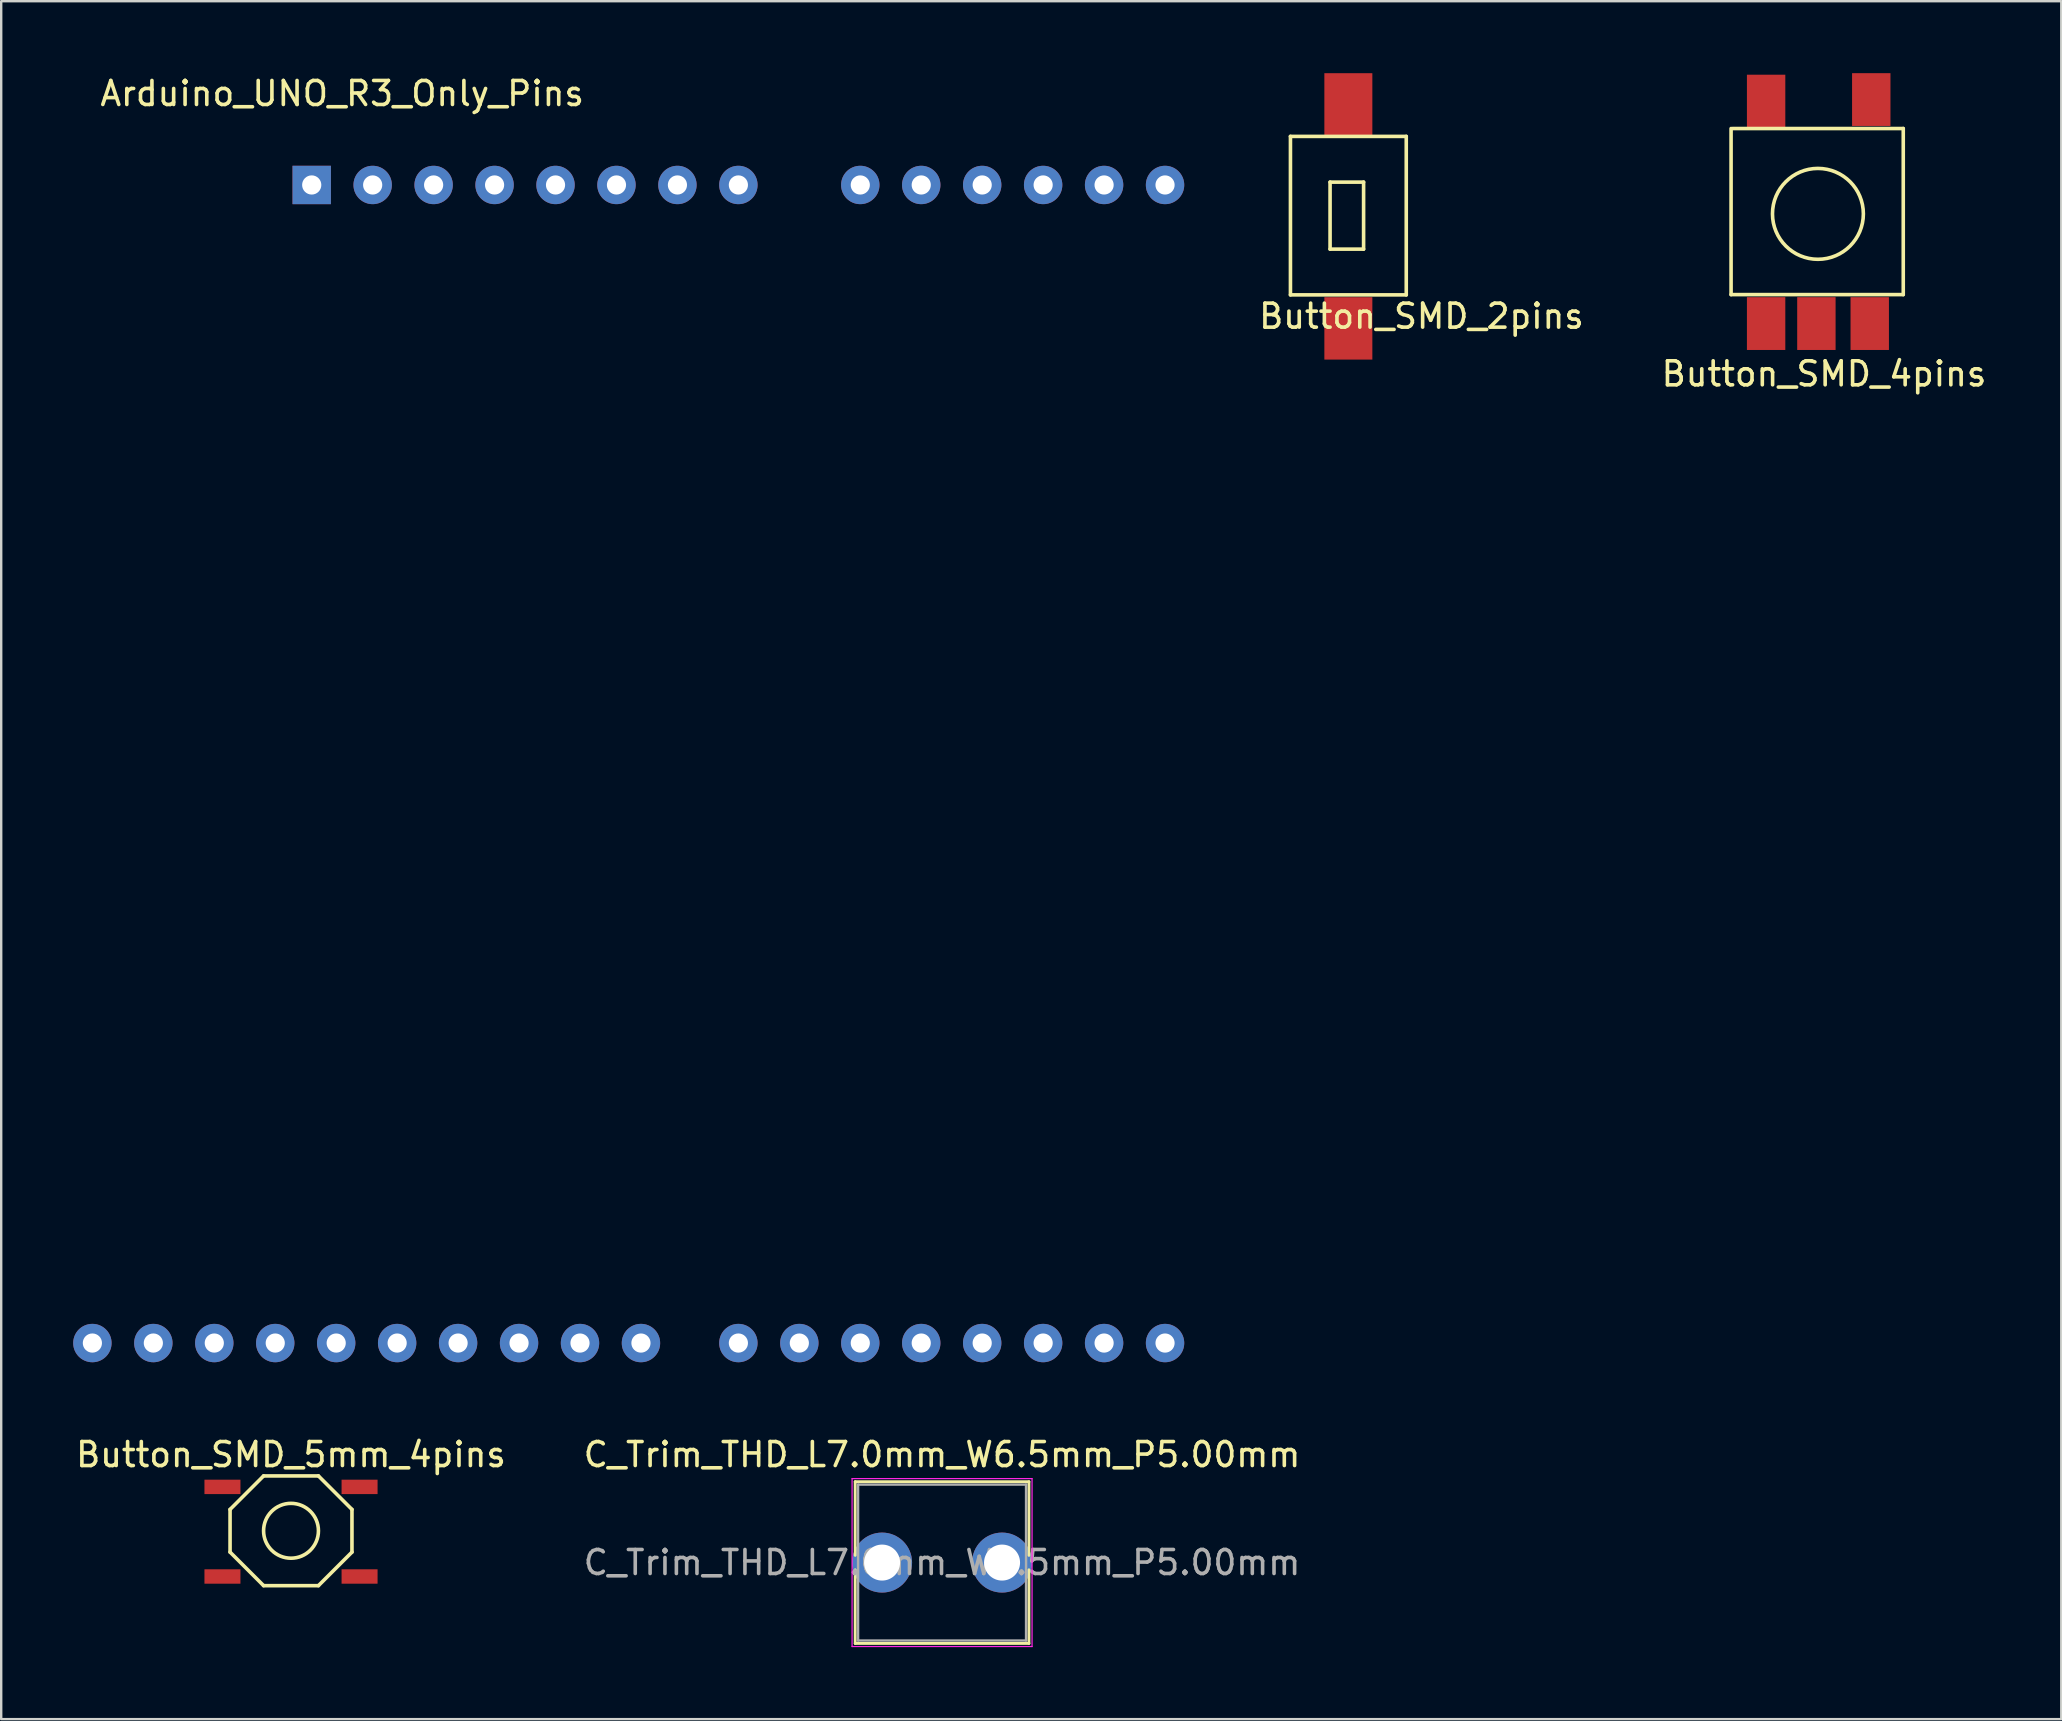
<source format=kicad_pcb>
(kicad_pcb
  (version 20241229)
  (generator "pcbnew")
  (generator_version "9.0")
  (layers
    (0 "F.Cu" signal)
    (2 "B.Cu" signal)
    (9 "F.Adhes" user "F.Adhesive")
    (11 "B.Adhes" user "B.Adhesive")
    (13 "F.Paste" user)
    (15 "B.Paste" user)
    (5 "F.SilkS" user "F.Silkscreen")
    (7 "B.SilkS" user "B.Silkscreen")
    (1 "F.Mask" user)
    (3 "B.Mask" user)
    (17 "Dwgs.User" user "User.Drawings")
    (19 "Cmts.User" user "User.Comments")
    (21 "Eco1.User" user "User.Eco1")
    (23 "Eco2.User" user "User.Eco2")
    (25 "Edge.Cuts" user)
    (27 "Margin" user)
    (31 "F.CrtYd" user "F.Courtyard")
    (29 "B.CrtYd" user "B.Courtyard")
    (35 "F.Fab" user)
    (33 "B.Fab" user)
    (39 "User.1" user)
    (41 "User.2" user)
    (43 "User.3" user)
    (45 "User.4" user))
  (footprint "C_Trim_THD_L7.0mm_W6.5mm_P5.00mm"
    (layer "F.Cu")
    (at 33.708 62.066)
    (property "Reference" "C_Trim_THD_L7.0mm_W6.5mm_P5.00mm" (at 2.5 -4.5 0) (layer "F.SilkS") (effects (font (size 1 1) (thickness 0.15))))
    (attr through_hole)
    (fp_line (start -1.12 -3.37) (end -1.12 -0.301) (stroke (width 0.12) (type solid)) (layer "F.SilkS"))
    (fp_line (start -1.12 -3.37) (end 6.12 -3.37) (stroke (width 0.12) (type solid)) (layer "F.SilkS"))
    (fp_line (start -1.12 0.301) (end -1.12 3.37) (stroke (width 0.12) (type solid)) (layer "F.SilkS"))
    (fp_line (start -1.12 3.37) (end 6.12 3.37) (stroke (width 0.12) (type solid)) (layer "F.SilkS"))
    (fp_line (start 6.12 -3.37) (end 6.12 -0.301) (stroke (width 0.12) (type solid)) (layer "F.SilkS"))
    (fp_line (start 6.12 0.301) (end 6.12 3.37) (stroke (width 0.12) (type solid)) (layer "F.SilkS"))
    (fp_line (start -1.25 -3.5) (end -1.25 3.5) (stroke (width 0.05) (type solid)) (layer "F.CrtYd"))
    (fp_line (start -1.25 3.5) (end 6.25 3.5) (stroke (width 0.05) (type solid)) (layer "F.CrtYd"))
    (fp_line (start 6.25 -3.5) (end -1.25 -3.5) (stroke (width 0.05) (type solid)) (layer "F.CrtYd"))
    (fp_line (start 6.25 3.5) (end 6.25 -3.5) (stroke (width 0.05) (type solid)) (layer "F.CrtYd"))
    (fp_line (start -1 -3.25) (end -1 3.25) (stroke (width 0.1) (type solid)) (layer "F.Fab"))
    (fp_line (start -1 3.25) (end 6 3.25) (stroke (width 0.1) (type solid)) (layer "F.Fab"))
    (fp_line (start 6 -3.25) (end -1 -3.25) (stroke (width 0.1) (type solid)) (layer "F.Fab"))
    (fp_line (start 6 3.25) (end 6 -3.25) (stroke (width 0.1) (type solid)) (layer "F.Fab"))
    (fp_text user "${REFERENCE}" (at 2.5 0 0) (layer "F.Fab") (effects (font (size 1 1) (thickness 0.15))))
    (pad "1" thru_hole circle (at 0 0) (size 2.5 2.5) (drill 1.5) (layers "*.Cu" "*.Mask"))
    (pad "2" thru_hole circle (at 5 0) (size 2.5 2.5) (drill 1.5) (layers "*.Cu" "*.Mask")))
  (footprint "Button_SMD_4pins"
    (layer "F.Cu")
    (at 72.707 5.862)
    (property "Reference" "Button_SMD_4pins" (at 0.254 6.668 0) (layer "F.SilkS") (effects (font (size 1 1) (thickness 0.15))))
    (attr through_hole)
    (fp_line (start -3.619 3.365) (end -3.619 -3.556) (stroke (width 0.15) (type solid)) (layer "F.SilkS"))
    (fp_line (start -3.556 -3.556) (end 3.556 -3.556) (stroke (width 0.15) (type solid)) (layer "F.SilkS"))
    (fp_line (start 3.556 -3.556) (end 3.556 3.365) (stroke (width 0.15) (type solid)) (layer "F.SilkS"))
    (fp_line (start 3.556 3.365) (end -3.619 3.365) (stroke (width 0.15) (type solid)) (layer "F.SilkS"))
    (fp_circle (center 0 0) (end 1.46 -1.206) (stroke (width 0.15) (type solid)) (fill no) (layer "F.SilkS"))
    (pad "" smd rect (at -0.064 4.572) (size 1.6 2.2) (layers "F.Cu" "F.Mask" "F.Paste"))
    (pad "1" smd rect (at -2.159 -4.699) (size 1.6 2.2) (layers "F.Cu" "F.Mask" "F.Paste"))
    (pad "1" smd rect (at -2.159 4.572) (size 1.6 2.2) (layers "F.Cu" "F.Mask" "F.Paste"))
    (pad "2" smd rect (at 2.159 4.572) (size 1.6 2.2) (layers "F.Cu" "F.Mask" "F.Paste"))
    (pad "2" smd rect (at 2.223 -4.763) (size 1.6 2.2) (layers "F.Cu" "F.Mask" "F.Paste")))
  (footprint "Button_SMD_2pins"
    (layer "F.Cu")
    (at 53.139 5.999)
    (property "Reference" "Button_SMD_2pins" (at 3.048 4.128 0) (layer "F.SilkS") (effects (font (size 1 1) (thickness 0.15))))
    (attr through_hole)
    (fp_line (start -2.413 -3.365) (end 2.413 -3.365) (stroke (width 0.15) (type solid)) (layer "F.SilkS"))
    (fp_line (start -2.413 3.239) (end -2.413 -3.365) (stroke (width 0.15) (type solid)) (layer "F.SilkS"))
    (fp_line (start -0.762 -1.46) (end 0.635 -1.46) (stroke (width 0.15) (type solid)) (layer "F.SilkS"))
    (fp_line (start -0.762 1.333) (end -0.762 -1.46) (stroke (width 0.15) (type solid)) (layer "F.SilkS"))
    (fp_line (start 0.635 -1.46) (end 0.635 1.333) (stroke (width 0.15) (type solid)) (layer "F.SilkS"))
    (fp_line (start 0.635 1.333) (end -0.762 1.333) (stroke (width 0.15) (type solid)) (layer "F.SilkS"))
    (fp_line (start 2.413 -3.365) (end 2.413 3.239) (stroke (width 0.15) (type solid)) (layer "F.SilkS"))
    (fp_line (start 2.413 3.239) (end -2.413 3.239) (stroke (width 0.15) (type solid)) (layer "F.SilkS"))
    (pad "1" smd rect (at 0 -4.699) (size 2 2.6) (layers "F.Cu" "F.Mask" "F.Paste"))
    (pad "2" smd rect (at 0 4.636) (size 2 2.6) (layers "F.Cu" "F.Mask" "F.Paste")))
  (footprint "Button_SMD_5mm_4pins"
    (layer "F.Cu")
    (at 9.077 60.868)
    (property "Reference" "Button_SMD_5mm_4pins" (at 0 -3.302 0) (layer "F.SilkS") (effects (font (size 1 1) (thickness 0.15))))
    (attr through_hole)
    (fp_line (start -2.54 -1.016) (end -2.54 0.762) (stroke (width 0.15) (type solid)) (layer "F.SilkS"))
    (fp_line (start -2.54 -1.016) (end -1.143 -2.413) (stroke (width 0.15) (type solid)) (layer "F.SilkS"))
    (fp_line (start -2.54 0.762) (end -1.143 2.159) (stroke (width 0.15) (type solid)) (layer "F.SilkS"))
    (fp_line (start -1.143 -2.413) (end 1.143 -2.413) (stroke (width 0.15) (type solid)) (layer "F.SilkS"))
    (fp_line (start 1.143 -2.413) (end 2.54 -1.016) (stroke (width 0.15) (type solid)) (layer "F.SilkS"))
    (fp_line (start 1.143 2.159) (end -1.143 2.159) (stroke (width 0.15) (type solid)) (layer "F.SilkS"))
    (fp_line (start 2.54 -1.016) (end 2.54 0.762) (stroke (width 0.15) (type solid)) (layer "F.SilkS"))
    (fp_line (start 2.54 0.762) (end 1.143 2.159) (stroke (width 0.15) (type solid)) (layer "F.SilkS"))
    (fp_circle (center 0 -0.127) (end 0 -1.27) (stroke (width 0.15) (type solid)) (fill no) (layer "F.SilkS"))
    (pad "1" smd rect (at -2.857 -1.956) (size 1.5 0.6) (layers "F.Cu" "F.Mask" "F.Paste"))
    (pad "1" smd rect (at 2.857 -1.956) (size 1.5 0.6) (layers "F.Cu" "F.Mask" "F.Paste"))
    (pad "2" smd rect (at -2.857 1.778) (size 1.5 0.6) (layers "F.Cu" "F.Mask" "F.Paste"))
    (pad "2" smd rect (at 2.857 1.778) (size 1.5 0.6) (layers "F.Cu" "F.Mask" "F.Paste")))
  (footprint "Arduino_UNO_R3_Only_Pins"
    (layer "F.Cu")
    (at 9.94 4.658)
    (property "Reference" "Arduino_UNO_R3_Only_Pins" (at 1.27 -3.81 180) (layer "F.SilkS") (effects (font (size 1 1) (thickness 0.15))))
    (attr through_hole)
    (pad "1" thru_hole rect (at 0 0 90) (size 1.6 1.6) (drill 0.8) (layers "*.Cu" "*.Mask"))
    (pad "2" thru_hole oval (at 2.54 0 90) (size 1.6 1.6) (drill 0.8) (layers "*.Cu" "*.Mask"))
    (pad "3" thru_hole oval (at 5.08 0 90) (size 1.6 1.6) (drill 0.8) (layers "*.Cu" "*.Mask"))
    (pad "4" thru_hole oval (at 7.62 0 90) (size 1.6 1.6) (drill 0.8) (layers "*.Cu" "*.Mask"))
    (pad "5" thru_hole oval (at 10.16 0 90) (size 1.6 1.6) (drill 0.8) (layers "*.Cu" "*.Mask"))
    (pad "6" thru_hole oval (at 12.7 0 90) (size 1.6 1.6) (drill 0.8) (layers "*.Cu" "*.Mask"))
    (pad "7" thru_hole oval (at 15.24 0 90) (size 1.6 1.6) (drill 0.8) (layers "*.Cu" "*.Mask"))
    (pad "8" thru_hole oval (at 17.78 0 90) (size 1.6 1.6) (drill 0.8) (layers "*.Cu" "*.Mask"))
    (pad "9" thru_hole oval (at 22.86 0 90) (size 1.6 1.6) (drill 0.8) (layers "*.Cu" "*.Mask"))
    (pad "10" thru_hole oval (at 25.4 0 90) (size 1.6 1.6) (drill 0.8) (layers "*.Cu" "*.Mask"))
    (pad "11" thru_hole oval (at 27.94 0 90) (size 1.6 1.6) (drill 0.8) (layers "*.Cu" "*.Mask"))
    (pad "12" thru_hole oval (at 30.48 0 90) (size 1.6 1.6) (drill 0.8) (layers "*.Cu" "*.Mask"))
    (pad "13" thru_hole oval (at 33.02 0 90) (size 1.6 1.6) (drill 0.8) (layers "*.Cu" "*.Mask"))
    (pad "14" thru_hole oval (at 35.56 0 90) (size 1.6 1.6) (drill 0.8) (layers "*.Cu" "*.Mask"))
    (pad "15" thru_hole oval (at 35.56 48.26 90) (size 1.6 1.6) (drill 0.8) (layers "*.Cu" "*.Mask"))
    (pad "16" thru_hole oval (at 33.02 48.26 90) (size 1.6 1.6) (drill 0.8) (layers "*.Cu" "*.Mask"))
    (pad "17" thru_hole oval (at 30.48 48.26 90) (size 1.6 1.6) (drill 0.8) (layers "*.Cu" "*.Mask"))
    (pad "18" thru_hole oval (at 27.94 48.26 90) (size 1.6 1.6) (drill 0.8) (layers "*.Cu" "*.Mask"))
    (pad "19" thru_hole oval (at 25.4 48.26 90) (size 1.6 1.6) (drill 0.8) (layers "*.Cu" "*.Mask"))
    (pad "20" thru_hole oval (at 22.86 48.26 90) (size 1.6 1.6) (drill 0.8) (layers "*.Cu" "*.Mask"))
    (pad "21" thru_hole oval (at 20.32 48.26 90) (size 1.6 1.6) (drill 0.8) (layers "*.Cu" "*.Mask"))
    (pad "22" thru_hole oval (at 17.78 48.26 90) (size 1.6 1.6) (drill 0.8) (layers "*.Cu" "*.Mask"))
    (pad "23" thru_hole oval (at 13.72 48.26 90) (size 1.6 1.6) (drill 0.8) (layers "*.Cu" "*.Mask"))
    (pad "24" thru_hole oval (at 11.18 48.26 90) (size 1.6 1.6) (drill 0.8) (layers "*.Cu" "*.Mask"))
    (pad "25" thru_hole oval (at 8.64 48.26 90) (size 1.6 1.6) (drill 0.8) (layers "*.Cu" "*.Mask"))
    (pad "26" thru_hole oval (at 6.1 48.26 90) (size 1.6 1.6) (drill 0.8) (layers "*.Cu" "*.Mask"))
    (pad "27" thru_hole oval (at 3.56 48.26 90) (size 1.6 1.6) (drill 0.8) (layers "*.Cu" "*.Mask"))
    (pad "28" thru_hole oval (at 1.02 48.26 90) (size 1.6 1.6) (drill 0.8) (layers "*.Cu" "*.Mask"))
    (pad "29" thru_hole oval (at -1.52 48.26 90) (size 1.6 1.6) (drill 0.8) (layers "*.Cu" "*.Mask"))
    (pad "30" thru_hole oval (at -4.06 48.26 90) (size 1.6 1.6) (drill 0.8) (layers "*.Cu" "*.Mask"))
    (pad "31" thru_hole oval (at -6.6 48.26 90) (size 1.6 1.6) (drill 0.8) (layers "*.Cu" "*.Mask"))
    (pad "32" thru_hole oval (at -9.14 48.26 90) (size 1.6 1.6) (drill 0.8) (layers "*.Cu" "*.Mask")))
  (gr_rect
    (start -3 -3)
    (end 82.848 68.591)
    (stroke (width 0.1) (type default))
    (fill no)
    (layer "Edge.Cuts")))
</source>
